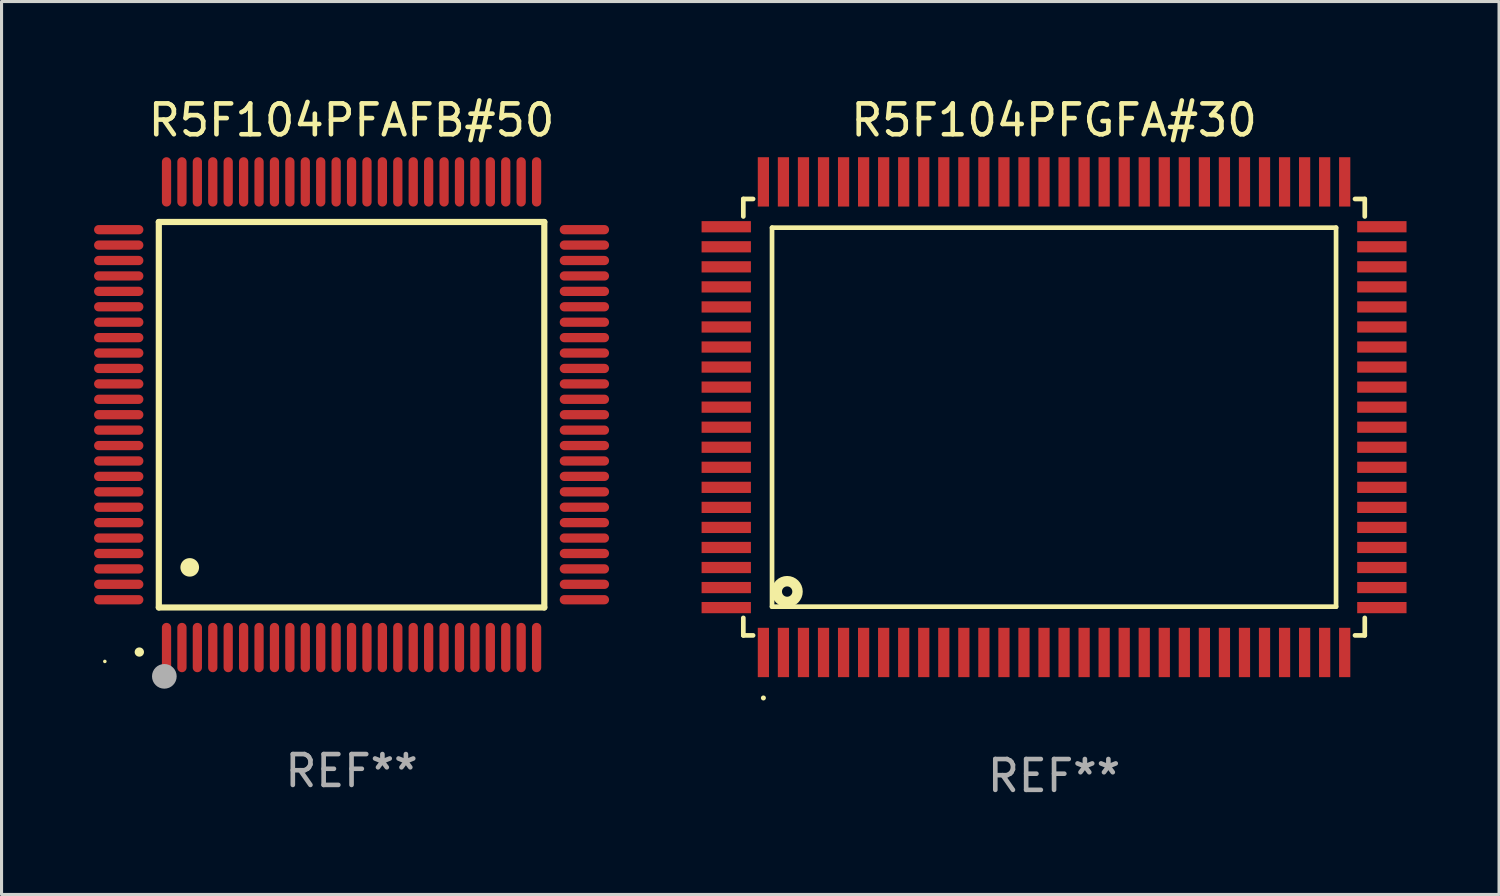
<source format=kicad_pcb>
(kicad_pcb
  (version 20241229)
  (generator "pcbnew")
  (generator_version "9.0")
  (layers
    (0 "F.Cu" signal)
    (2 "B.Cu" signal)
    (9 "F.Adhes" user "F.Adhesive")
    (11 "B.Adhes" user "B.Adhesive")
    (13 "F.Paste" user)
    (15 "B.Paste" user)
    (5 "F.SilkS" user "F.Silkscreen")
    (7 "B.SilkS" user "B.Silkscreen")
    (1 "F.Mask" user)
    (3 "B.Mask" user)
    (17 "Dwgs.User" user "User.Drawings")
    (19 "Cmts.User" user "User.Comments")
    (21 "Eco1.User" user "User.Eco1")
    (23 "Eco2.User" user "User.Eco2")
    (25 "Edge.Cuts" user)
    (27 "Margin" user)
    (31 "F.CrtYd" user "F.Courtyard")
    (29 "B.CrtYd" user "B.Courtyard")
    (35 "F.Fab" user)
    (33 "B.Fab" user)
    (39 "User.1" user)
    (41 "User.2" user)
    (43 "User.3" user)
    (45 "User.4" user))
  (footprint "R5F104PFGFA#30"
    (layer "F.Cu")
    (at 31.13 10.478)
    (property "Reference" "R5F104PFGFA#30" (at 0 -9.63 0) (layer "F.SilkS") (effects (font (size 1 1) (thickness 0.15))))
    (attr through_hole)
    (fp_line (start -10.076 -7.076) (end -10.076 -6.509) (stroke (width 0.152) (type solid)) (layer "F.SilkS"))
    (fp_line (start -10.076 7.076) (end -10.076 6.509) (stroke (width 0.152) (type solid)) (layer "F.SilkS"))
    (fp_line (start -9.759 -7.076) (end -10.076 -7.076) (stroke (width 0.152) (type solid)) (layer "F.SilkS"))
    (fp_line (start -9.759 7.076) (end -10.076 7.076) (stroke (width 0.152) (type solid)) (layer "F.SilkS"))
    (fp_line (start -9.145 -6.145) (end 9.145 -6.145) (stroke (width 0.152) (type solid)) (layer "F.SilkS"))
    (fp_line (start -9.145 6.145) (end -9.145 -6.145) (stroke (width 0.152) (type solid)) (layer "F.SilkS"))
    (fp_line (start 9.145 -6.145) (end 9.145 6.145) (stroke (width 0.152) (type solid)) (layer "F.SilkS"))
    (fp_line (start 9.145 6.145) (end -9.145 6.145) (stroke (width 0.152) (type solid)) (layer "F.SilkS"))
    (fp_line (start 9.759 -7.076) (end 10.076 -7.076) (stroke (width 0.152) (type solid)) (layer "F.SilkS"))
    (fp_line (start 9.759 7.076) (end 10.076 7.076) (stroke (width 0.152) (type solid)) (layer "F.SilkS"))
    (fp_line (start 10.076 -7.076) (end 10.076 -6.509) (stroke (width 0.152) (type solid)) (layer "F.SilkS"))
    (fp_line (start 10.076 7.076) (end 10.076 6.509) (stroke (width 0.152) (type solid)) (layer "F.SilkS"))
    (fp_circle (center -9.425 9.105) (end -9.384 9.105) (stroke (width 0.081) (type solid)) (fill no) (layer "F.SilkS"))
    (fp_circle (center -8.655 5.655) (end -8.487 5.655) (stroke (width 0.338) (type solid)) (fill no) (layer "F.SilkS"))
    (fp_text user "REF**" (at 0 11.63 0) (layer "F.Fab") (effects (font (size 1 1) (thickness 0.15))))
    (pad "1" smd rect (at -9.425 7.63) (size 0.364 1.6) (layers "F.Cu" "F.Mask" "F.Paste"))
    (pad "2" smd rect (at -8.775 7.63) (size 0.364 1.6) (layers "F.Cu" "F.Mask" "F.Paste"))
    (pad "3" smd rect (at -8.125 7.63) (size 0.364 1.6) (layers "F.Cu" "F.Mask" "F.Paste"))
    (pad "4" smd rect (at -7.475 7.63) (size 0.364 1.6) (layers "F.Cu" "F.Mask" "F.Paste"))
    (pad "5" smd rect (at -6.825 7.63) (size 0.364 1.6) (layers "F.Cu" "F.Mask" "F.Paste"))
    (pad "6" smd rect (at -6.175 7.63) (size 0.364 1.6) (layers "F.Cu" "F.Mask" "F.Paste"))
    (pad "7" smd rect (at -5.525 7.63) (size 0.364 1.6) (layers "F.Cu" "F.Mask" "F.Paste"))
    (pad "8" smd rect (at -4.875 7.63) (size 0.364 1.6) (layers "F.Cu" "F.Mask" "F.Paste"))
    (pad "9" smd rect (at -4.225 7.63) (size 0.364 1.6) (layers "F.Cu" "F.Mask" "F.Paste"))
    (pad "10" smd rect (at -3.575 7.63) (size 0.364 1.6) (layers "F.Cu" "F.Mask" "F.Paste"))
    (pad "11" smd rect (at -2.925 7.63) (size 0.364 1.6) (layers "F.Cu" "F.Mask" "F.Paste"))
    (pad "12" smd rect (at -2.275 7.63) (size 0.364 1.6) (layers "F.Cu" "F.Mask" "F.Paste"))
    (pad "13" smd rect (at -1.625 7.63) (size 0.364 1.6) (layers "F.Cu" "F.Mask" "F.Paste"))
    (pad "14" smd rect (at -0.975 7.63) (size 0.364 1.6) (layers "F.Cu" "F.Mask" "F.Paste"))
    (pad "15" smd rect (at -0.325 7.63) (size 0.364 1.6) (layers "F.Cu" "F.Mask" "F.Paste"))
    (pad "16" smd rect (at 0.325 7.63) (size 0.364 1.6) (layers "F.Cu" "F.Mask" "F.Paste"))
    (pad "17" smd rect (at 0.975 7.63) (size 0.364 1.6) (layers "F.Cu" "F.Mask" "F.Paste"))
    (pad "18" smd rect (at 1.625 7.63) (size 0.364 1.6) (layers "F.Cu" "F.Mask" "F.Paste"))
    (pad "19" smd rect (at 2.275 7.63) (size 0.364 1.6) (layers "F.Cu" "F.Mask" "F.Paste"))
    (pad "20" smd rect (at 2.925 7.63) (size 0.364 1.6) (layers "F.Cu" "F.Mask" "F.Paste"))
    (pad "21" smd rect (at 3.575 7.63) (size 0.364 1.6) (layers "F.Cu" "F.Mask" "F.Paste"))
    (pad "22" smd rect (at 4.225 7.63) (size 0.364 1.6) (layers "F.Cu" "F.Mask" "F.Paste"))
    (pad "23" smd rect (at 4.875 7.63) (size 0.364 1.6) (layers "F.Cu" "F.Mask" "F.Paste"))
    (pad "24" smd rect (at 5.525 7.63) (size 0.364 1.6) (layers "F.Cu" "F.Mask" "F.Paste"))
    (pad "25" smd rect (at 6.175 7.63) (size 0.364 1.6) (layers "F.Cu" "F.Mask" "F.Paste"))
    (pad "26" smd rect (at 6.825 7.63) (size 0.364 1.6) (layers "F.Cu" "F.Mask" "F.Paste"))
    (pad "27" smd rect (at 7.475 7.63) (size 0.364 1.6) (layers "F.Cu" "F.Mask" "F.Paste"))
    (pad "28" smd rect (at 8.125 7.63) (size 0.364 1.6) (layers "F.Cu" "F.Mask" "F.Paste"))
    (pad "29" smd rect (at 8.775 7.63) (size 0.364 1.6) (layers "F.Cu" "F.Mask" "F.Paste"))
    (pad "30" smd rect (at 9.425 7.63) (size 0.364 1.6) (layers "F.Cu" "F.Mask" "F.Paste"))
    (pad "31" smd rect (at 10.63 6.175) (size 1.6 0.364) (layers "F.Cu" "F.Mask" "F.Paste"))
    (pad "32" smd rect (at 10.63 5.525) (size 1.6 0.364) (layers "F.Cu" "F.Mask" "F.Paste"))
    (pad "33" smd rect (at 10.63 4.875) (size 1.6 0.364) (layers "F.Cu" "F.Mask" "F.Paste"))
    (pad "34" smd rect (at 10.63 4.225) (size 1.6 0.364) (layers "F.Cu" "F.Mask" "F.Paste"))
    (pad "35" smd rect (at 10.63 3.575) (size 1.6 0.364) (layers "F.Cu" "F.Mask" "F.Paste"))
    (pad "36" smd rect (at 10.63 2.925) (size 1.6 0.364) (layers "F.Cu" "F.Mask" "F.Paste"))
    (pad "37" smd rect (at 10.63 2.275) (size 1.6 0.364) (layers "F.Cu" "F.Mask" "F.Paste"))
    (pad "38" smd rect (at 10.63 1.625) (size 1.6 0.364) (layers "F.Cu" "F.Mask" "F.Paste"))
    (pad "39" smd rect (at 10.63 0.975) (size 1.6 0.364) (layers "F.Cu" "F.Mask" "F.Paste"))
    (pad "40" smd rect (at 10.63 0.325) (size 1.6 0.364) (layers "F.Cu" "F.Mask" "F.Paste"))
    (pad "41" smd rect (at 10.63 -0.325) (size 1.6 0.364) (layers "F.Cu" "F.Mask" "F.Paste"))
    (pad "42" smd rect (at 10.63 -0.975) (size 1.6 0.364) (layers "F.Cu" "F.Mask" "F.Paste"))
    (pad "43" smd rect (at 10.63 -1.625) (size 1.6 0.364) (layers "F.Cu" "F.Mask" "F.Paste"))
    (pad "44" smd rect (at 10.63 -2.275) (size 1.6 0.364) (layers "F.Cu" "F.Mask" "F.Paste"))
    (pad "45" smd rect (at 10.63 -2.925) (size 1.6 0.364) (layers "F.Cu" "F.Mask" "F.Paste"))
    (pad "46" smd rect (at 10.63 -3.575) (size 1.6 0.364) (layers "F.Cu" "F.Mask" "F.Paste"))
    (pad "47" smd rect (at 10.63 -4.225) (size 1.6 0.364) (layers "F.Cu" "F.Mask" "F.Paste"))
    (pad "48" smd rect (at 10.63 -4.875) (size 1.6 0.364) (layers "F.Cu" "F.Mask" "F.Paste"))
    (pad "49" smd rect (at 10.63 -5.525) (size 1.6 0.364) (layers "F.Cu" "F.Mask" "F.Paste"))
    (pad "50" smd rect (at 10.63 -6.175) (size 1.6 0.364) (layers "F.Cu" "F.Mask" "F.Paste"))
    (pad "51" smd rect (at 9.425 -7.63) (size 0.364 1.6) (layers "F.Cu" "F.Mask" "F.Paste"))
    (pad "52" smd rect (at 8.775 -7.63) (size 0.364 1.6) (layers "F.Cu" "F.Mask" "F.Paste"))
    (pad "53" smd rect (at 8.125 -7.63) (size 0.364 1.6) (layers "F.Cu" "F.Mask" "F.Paste"))
    (pad "54" smd rect (at 7.475 -7.63) (size 0.364 1.6) (layers "F.Cu" "F.Mask" "F.Paste"))
    (pad "55" smd rect (at 6.825 -7.63) (size 0.364 1.6) (layers "F.Cu" "F.Mask" "F.Paste"))
    (pad "56" smd rect (at 6.175 -7.63) (size 0.364 1.6) (layers "F.Cu" "F.Mask" "F.Paste"))
    (pad "57" smd rect (at 5.525 -7.63) (size 0.364 1.6) (layers "F.Cu" "F.Mask" "F.Paste"))
    (pad "58" smd rect (at 4.875 -7.63) (size 0.364 1.6) (layers "F.Cu" "F.Mask" "F.Paste"))
    (pad "59" smd rect (at 4.225 -7.63) (size 0.364 1.6) (layers "F.Cu" "F.Mask" "F.Paste"))
    (pad "60" smd rect (at 3.575 -7.63) (size 0.364 1.6) (layers "F.Cu" "F.Mask" "F.Paste"))
    (pad "61" smd rect (at 2.925 -7.63) (size 0.364 1.6) (layers "F.Cu" "F.Mask" "F.Paste"))
    (pad "62" smd rect (at 2.275 -7.63) (size 0.364 1.6) (layers "F.Cu" "F.Mask" "F.Paste"))
    (pad "63" smd rect (at 1.625 -7.63) (size 0.364 1.6) (layers "F.Cu" "F.Mask" "F.Paste"))
    (pad "64" smd rect (at 0.975 -7.63) (size 0.364 1.6) (layers "F.Cu" "F.Mask" "F.Paste"))
    (pad "65" smd rect (at 0.325 -7.63) (size 0.364 1.6) (layers "F.Cu" "F.Mask" "F.Paste"))
    (pad "66" smd rect (at -0.325 -7.63) (size 0.364 1.6) (layers "F.Cu" "F.Mask" "F.Paste"))
    (pad "67" smd rect (at -0.975 -7.63) (size 0.364 1.6) (layers "F.Cu" "F.Mask" "F.Paste"))
    (pad "68" smd rect (at -1.625 -7.63) (size 0.364 1.6) (layers "F.Cu" "F.Mask" "F.Paste"))
    (pad "69" smd rect (at -2.275 -7.63) (size 0.364 1.6) (layers "F.Cu" "F.Mask" "F.Paste"))
    (pad "70" smd rect (at -2.925 -7.63) (size 0.364 1.6) (layers "F.Cu" "F.Mask" "F.Paste"))
    (pad "71" smd rect (at -3.575 -7.63) (size 0.364 1.6) (layers "F.Cu" "F.Mask" "F.Paste"))
    (pad "72" smd rect (at -4.225 -7.63) (size 0.364 1.6) (layers "F.Cu" "F.Mask" "F.Paste"))
    (pad "73" smd rect (at -4.875 -7.63) (size 0.364 1.6) (layers "F.Cu" "F.Mask" "F.Paste"))
    (pad "74" smd rect (at -5.525 -7.63) (size 0.364 1.6) (layers "F.Cu" "F.Mask" "F.Paste"))
    (pad "75" smd rect (at -6.175 -7.63) (size 0.364 1.6) (layers "F.Cu" "F.Mask" "F.Paste"))
    (pad "76" smd rect (at -6.825 -7.63) (size 0.364 1.6) (layers "F.Cu" "F.Mask" "F.Paste"))
    (pad "77" smd rect (at -7.475 -7.63) (size 0.364 1.6) (layers "F.Cu" "F.Mask" "F.Paste"))
    (pad "78" smd rect (at -8.125 -7.63) (size 0.364 1.6) (layers "F.Cu" "F.Mask" "F.Paste"))
    (pad "79" smd rect (at -8.775 -7.63) (size 0.364 1.6) (layers "F.Cu" "F.Mask" "F.Paste"))
    (pad "80" smd rect (at -9.425 -7.63) (size 0.364 1.6) (layers "F.Cu" "F.Mask" "F.Paste"))
    (pad "81" smd rect (at -10.63 -6.175) (size 1.6 0.364) (layers "F.Cu" "F.Mask" "F.Paste"))
    (pad "82" smd rect (at -10.63 -5.525) (size 1.6 0.364) (layers "F.Cu" "F.Mask" "F.Paste"))
    (pad "83" smd rect (at -10.63 -4.875) (size 1.6 0.364) (layers "F.Cu" "F.Mask" "F.Paste"))
    (pad "84" smd rect (at -10.63 -4.225) (size 1.6 0.364) (layers "F.Cu" "F.Mask" "F.Paste"))
    (pad "85" smd rect (at -10.63 -3.575) (size 1.6 0.364) (layers "F.Cu" "F.Mask" "F.Paste"))
    (pad "86" smd rect (at -10.63 -2.925) (size 1.6 0.364) (layers "F.Cu" "F.Mask" "F.Paste"))
    (pad "87" smd rect (at -10.63 -2.275) (size 1.6 0.364) (layers "F.Cu" "F.Mask" "F.Paste"))
    (pad "88" smd rect (at -10.63 -1.625) (size 1.6 0.364) (layers "F.Cu" "F.Mask" "F.Paste"))
    (pad "89" smd rect (at -10.63 -0.975) (size 1.6 0.364) (layers "F.Cu" "F.Mask" "F.Paste"))
    (pad "90" smd rect (at -10.63 -0.325) (size 1.6 0.364) (layers "F.Cu" "F.Mask" "F.Paste"))
    (pad "91" smd rect (at -10.63 0.325) (size 1.6 0.364) (layers "F.Cu" "F.Mask" "F.Paste"))
    (pad "92" smd rect (at -10.63 0.975) (size 1.6 0.364) (layers "F.Cu" "F.Mask" "F.Paste"))
    (pad "93" smd rect (at -10.63 1.625) (size 1.6 0.364) (layers "F.Cu" "F.Mask" "F.Paste"))
    (pad "94" smd rect (at -10.63 2.275) (size 1.6 0.364) (layers "F.Cu" "F.Mask" "F.Paste"))
    (pad "95" smd rect (at -10.63 2.925) (size 1.6 0.364) (layers "F.Cu" "F.Mask" "F.Paste"))
    (pad "96" smd rect (at -10.63 3.575) (size 1.6 0.364) (layers "F.Cu" "F.Mask" "F.Paste"))
    (pad "97" smd rect (at -10.63 4.225) (size 1.6 0.364) (layers "F.Cu" "F.Mask" "F.Paste"))
    (pad "98" smd rect (at -10.63 4.875) (size 1.6 0.364) (layers "F.Cu" "F.Mask" "F.Paste"))
    (pad "99" smd rect (at -10.63 5.525) (size 1.6 0.364) (layers "F.Cu" "F.Mask" "F.Paste"))
    (pad "100" smd rect (at -10.63 6.175) (size 1.6 0.364) (layers "F.Cu" "F.Mask" "F.Paste")))
  (footprint "R5F104PFAFB#50"
    (layer "F.Cu")
    (at 8.35 10.398)
    (property "Reference" "R5F104PFAFB#50" (at 0 -9.55 0) (layer "F.SilkS") (effects (font (size 1 1) (thickness 0.15))))
    (attr through_hole)
    (fp_line (start -6.25 -6.25) (end -6.25 6.25) (stroke (width 0.2) (type solid)) (layer "F.SilkS"))
    (fp_line (start -6.25 6.25) (end 6.25 6.25) (stroke (width 0.2) (type solid)) (layer "F.SilkS"))
    (fp_line (start 6.25 -6.25) (end -6.25 -6.25) (stroke (width 0.2) (type solid)) (layer "F.SilkS"))
    (fp_line (start 6.25 6.25) (end 6.25 -6.25) (stroke (width 0.2) (type solid)) (layer "F.SilkS"))
    (fp_arc (start -6.883414 7.696215) (mid -6.882144 7.69621) (end -6.880874 7.696215) (stroke (width 0.3) (type solid)) (layer "F.SilkS"))
    (fp_arc (start -5.250191 4.95047) (mid -5.247651 4.950459) (end -5.245111 4.95047) (stroke (width 0.6) (type solid)) (layer "F.SilkS"))
    (fp_circle (center -8 8) (end -7.97 8) (stroke (width 0.06) (type solid)) (fill no) (layer "F.SilkS"))
    (fp_circle (center -6.071 8.484) (end -5.871 8.484) (stroke (width 0.4) (type solid)) (fill no) (layer "F.Fab"))
    (fp_text user "REF**" (at 0 11.55 0) (layer "F.Fab") (effects (font (size 1 1) (thickness 0.15))))
    (pad "1" smd oval (at -6 7.55) (size 0.3 1.6) (layers "F.Cu" "F.Mask" "F.Paste"))
    (pad "2" smd oval (at -5.5 7.55) (size 0.3 1.6) (layers "F.Cu" "F.Mask" "F.Paste"))
    (pad "3" smd oval (at -5 7.55) (size 0.3 1.6) (layers "F.Cu" "F.Mask" "F.Paste"))
    (pad "4" smd oval (at -4.5 7.55) (size 0.3 1.6) (layers "F.Cu" "F.Mask" "F.Paste"))
    (pad "5" smd oval (at -4 7.55) (size 0.3 1.6) (layers "F.Cu" "F.Mask" "F.Paste"))
    (pad "6" smd oval (at -3.5 7.55) (size 0.3 1.6) (layers "F.Cu" "F.Mask" "F.Paste"))
    (pad "7" smd oval (at -3 7.55) (size 0.3 1.6) (layers "F.Cu" "F.Mask" "F.Paste"))
    (pad "8" smd oval (at -2.5 7.55) (size 0.3 1.6) (layers "F.Cu" "F.Mask" "F.Paste"))
    (pad "9" smd oval (at -2 7.55) (size 0.3 1.6) (layers "F.Cu" "F.Mask" "F.Paste"))
    (pad "10" smd oval (at -1.5 7.55) (size 0.3 1.6) (layers "F.Cu" "F.Mask" "F.Paste"))
    (pad "11" smd oval (at -1 7.55) (size 0.3 1.6) (layers "F.Cu" "F.Mask" "F.Paste"))
    (pad "12" smd oval (at -0.5 7.55) (size 0.3 1.6) (layers "F.Cu" "F.Mask" "F.Paste"))
    (pad "13" smd oval (at 0 7.55) (size 0.3 1.6) (layers "F.Cu" "F.Mask" "F.Paste"))
    (pad "14" smd oval (at 0.5 7.55) (size 0.3 1.6) (layers "F.Cu" "F.Mask" "F.Paste"))
    (pad "15" smd oval (at 1 7.55) (size 0.3 1.6) (layers "F.Cu" "F.Mask" "F.Paste"))
    (pad "16" smd oval (at 1.5 7.55) (size 0.3 1.6) (layers "F.Cu" "F.Mask" "F.Paste"))
    (pad "17" smd oval (at 2 7.55) (size 0.3 1.6) (layers "F.Cu" "F.Mask" "F.Paste"))
    (pad "18" smd oval (at 2.5 7.55) (size 0.3 1.6) (layers "F.Cu" "F.Mask" "F.Paste"))
    (pad "19" smd oval (at 3 7.55) (size 0.3 1.6) (layers "F.Cu" "F.Mask" "F.Paste"))
    (pad "20" smd oval (at 3.5 7.55) (size 0.3 1.6) (layers "F.Cu" "F.Mask" "F.Paste"))
    (pad "21" smd oval (at 4 7.55) (size 0.3 1.6) (layers "F.Cu" "F.Mask" "F.Paste"))
    (pad "22" smd oval (at 4.5 7.55) (size 0.3 1.6) (layers "F.Cu" "F.Mask" "F.Paste"))
    (pad "23" smd oval (at 5 7.55) (size 0.3 1.6) (layers "F.Cu" "F.Mask" "F.Paste"))
    (pad "24" smd oval (at 5.5 7.55) (size 0.3 1.6) (layers "F.Cu" "F.Mask" "F.Paste"))
    (pad "25" smd oval (at 6 7.55) (size 0.3 1.6) (layers "F.Cu" "F.Mask" "F.Paste"))
    (pad "26" smd oval (at 7.55 6) (size 1.6 0.3) (layers "F.Cu" "F.Mask" "F.Paste"))
    (pad "27" smd oval (at 7.55 5.5) (size 1.6 0.3) (layers "F.Cu" "F.Mask" "F.Paste"))
    (pad "28" smd oval (at 7.55 5) (size 1.6 0.3) (layers "F.Cu" "F.Mask" "F.Paste"))
    (pad "29" smd oval (at 7.55 4.5) (size 1.6 0.3) (layers "F.Cu" "F.Mask" "F.Paste"))
    (pad "30" smd oval (at 7.55 4) (size 1.6 0.3) (layers "F.Cu" "F.Mask" "F.Paste"))
    (pad "31" smd oval (at 7.55 3.5) (size 1.6 0.3) (layers "F.Cu" "F.Mask" "F.Paste"))
    (pad "32" smd oval (at 7.55 3) (size 1.6 0.3) (layers "F.Cu" "F.Mask" "F.Paste"))
    (pad "33" smd oval (at 7.55 2.5) (size 1.6 0.3) (layers "F.Cu" "F.Mask" "F.Paste"))
    (pad "34" smd oval (at 7.55 2) (size 1.6 0.3) (layers "F.Cu" "F.Mask" "F.Paste"))
    (pad "35" smd oval (at 7.55 1.5) (size 1.6 0.3) (layers "F.Cu" "F.Mask" "F.Paste"))
    (pad "36" smd oval (at 7.55 1) (size 1.6 0.3) (layers "F.Cu" "F.Mask" "F.Paste"))
    (pad "37" smd oval (at 7.55 0.5) (size 1.6 0.3) (layers "F.Cu" "F.Mask" "F.Paste"))
    (pad "38" smd oval (at 7.55 0) (size 1.6 0.3) (layers "F.Cu" "F.Mask" "F.Paste"))
    (pad "39" smd oval (at 7.55 -0.5) (size 1.6 0.3) (layers "F.Cu" "F.Mask" "F.Paste"))
    (pad "40" smd oval (at 7.55 -1) (size 1.6 0.3) (layers "F.Cu" "F.Mask" "F.Paste"))
    (pad "41" smd oval (at 7.55 -1.5) (size 1.6 0.3) (layers "F.Cu" "F.Mask" "F.Paste"))
    (pad "42" smd oval (at 7.55 -2) (size 1.6 0.3) (layers "F.Cu" "F.Mask" "F.Paste"))
    (pad "43" smd oval (at 7.55 -2.5) (size 1.6 0.3) (layers "F.Cu" "F.Mask" "F.Paste"))
    (pad "44" smd oval (at 7.55 -3) (size 1.6 0.3) (layers "F.Cu" "F.Mask" "F.Paste"))
    (pad "45" smd oval (at 7.55 -3.5) (size 1.6 0.3) (layers "F.Cu" "F.Mask" "F.Paste"))
    (pad "46" smd oval (at 7.55 -4) (size 1.6 0.3) (layers "F.Cu" "F.Mask" "F.Paste"))
    (pad "47" smd oval (at 7.55 -4.5) (size 1.6 0.3) (layers "F.Cu" "F.Mask" "F.Paste"))
    (pad "48" smd oval (at 7.55 -5) (size 1.6 0.3) (layers "F.Cu" "F.Mask" "F.Paste"))
    (pad "49" smd oval (at 7.55 -5.5) (size 1.6 0.3) (layers "F.Cu" "F.Mask" "F.Paste"))
    (pad "50" smd oval (at 7.55 -6) (size 1.6 0.3) (layers "F.Cu" "F.Mask" "F.Paste"))
    (pad "51" smd oval (at 6 -7.55) (size 0.3 1.6) (layers "F.Cu" "F.Mask" "F.Paste"))
    (pad "52" smd oval (at 5.5 -7.55) (size 0.3 1.6) (layers "F.Cu" "F.Mask" "F.Paste"))
    (pad "53" smd oval (at 5 -7.55) (size 0.3 1.6) (layers "F.Cu" "F.Mask" "F.Paste"))
    (pad "54" smd oval (at 4.5 -7.55) (size 0.3 1.6) (layers "F.Cu" "F.Mask" "F.Paste"))
    (pad "55" smd oval (at 4 -7.55) (size 0.3 1.6) (layers "F.Cu" "F.Mask" "F.Paste"))
    (pad "56" smd oval (at 3.5 -7.55) (size 0.3 1.6) (layers "F.Cu" "F.Mask" "F.Paste"))
    (pad "57" smd oval (at 3 -7.55) (size 0.3 1.6) (layers "F.Cu" "F.Mask" "F.Paste"))
    (pad "58" smd oval (at 2.5 -7.55) (size 0.3 1.6) (layers "F.Cu" "F.Mask" "F.Paste"))
    (pad "59" smd oval (at 2 -7.55) (size 0.3 1.6) (layers "F.Cu" "F.Mask" "F.Paste"))
    (pad "60" smd oval (at 1.5 -7.55) (size 0.3 1.6) (layers "F.Cu" "F.Mask" "F.Paste"))
    (pad "61" smd oval (at 1 -7.55) (size 0.3 1.6) (layers "F.Cu" "F.Mask" "F.Paste"))
    (pad "62" smd oval (at 0.5 -7.55) (size 0.3 1.6) (layers "F.Cu" "F.Mask" "F.Paste"))
    (pad "63" smd oval (at 0 -7.55) (size 0.3 1.6) (layers "F.Cu" "F.Mask" "F.Paste"))
    (pad "64" smd oval (at -0.5 -7.55) (size 0.3 1.6) (layers "F.Cu" "F.Mask" "F.Paste"))
    (pad "65" smd oval (at -1 -7.55) (size 0.3 1.6) (layers "F.Cu" "F.Mask" "F.Paste"))
    (pad "66" smd oval (at -1.5 -7.55) (size 0.3 1.6) (layers "F.Cu" "F.Mask" "F.Paste"))
    (pad "67" smd oval (at -2 -7.55) (size 0.3 1.6) (layers "F.Cu" "F.Mask" "F.Paste"))
    (pad "68" smd oval (at -2.5 -7.55) (size 0.3 1.6) (layers "F.Cu" "F.Mask" "F.Paste"))
    (pad "69" smd oval (at -3 -7.55) (size 0.3 1.6) (layers "F.Cu" "F.Mask" "F.Paste"))
    (pad "70" smd oval (at -3.5 -7.55) (size 0.3 1.6) (layers "F.Cu" "F.Mask" "F.Paste"))
    (pad "71" smd oval (at -4 -7.55) (size 0.3 1.6) (layers "F.Cu" "F.Mask" "F.Paste"))
    (pad "72" smd oval (at -4.5 -7.55) (size 0.3 1.6) (layers "F.Cu" "F.Mask" "F.Paste"))
    (pad "73" smd oval (at -5 -7.55) (size 0.3 1.6) (layers "F.Cu" "F.Mask" "F.Paste"))
    (pad "74" smd oval (at -5.5 -7.55) (size 0.3 1.6) (layers "F.Cu" "F.Mask" "F.Paste"))
    (pad "75" smd oval (at -6 -7.55) (size 0.3 1.6) (layers "F.Cu" "F.Mask" "F.Paste"))
    (pad "76" smd oval (at -7.55 -6) (size 1.6 0.3) (layers "F.Cu" "F.Mask" "F.Paste"))
    (pad "77" smd oval (at -7.55 -5.5) (size 1.6 0.3) (layers "F.Cu" "F.Mask" "F.Paste"))
    (pad "78" smd oval (at -7.55 -5) (size 1.6 0.3) (layers "F.Cu" "F.Mask" "F.Paste"))
    (pad "79" smd oval (at -7.55 -4.5) (size 1.6 0.3) (layers "F.Cu" "F.Mask" "F.Paste"))
    (pad "80" smd oval (at -7.55 -4) (size 1.6 0.3) (layers "F.Cu" "F.Mask" "F.Paste"))
    (pad "81" smd oval (at -7.55 -3.5) (size 1.6 0.3) (layers "F.Cu" "F.Mask" "F.Paste"))
    (pad "82" smd oval (at -7.55 -3) (size 1.6 0.3) (layers "F.Cu" "F.Mask" "F.Paste"))
    (pad "83" smd oval (at -7.55 -2.5) (size 1.6 0.3) (layers "F.Cu" "F.Mask" "F.Paste"))
    (pad "84" smd oval (at -7.55 -2) (size 1.6 0.3) (layers "F.Cu" "F.Mask" "F.Paste"))
    (pad "85" smd oval (at -7.55 -1.5) (size 1.6 0.3) (layers "F.Cu" "F.Mask" "F.Paste"))
    (pad "86" smd oval (at -7.55 -1) (size 1.6 0.3) (layers "F.Cu" "F.Mask" "F.Paste"))
    (pad "87" smd oval (at -7.55 -0.5) (size 1.6 0.3) (layers "F.Cu" "F.Mask" "F.Paste"))
    (pad "88" smd oval (at -7.55 0) (size 1.6 0.3) (layers "F.Cu" "F.Mask" "F.Paste"))
    (pad "89" smd oval (at -7.55 0.5) (size 1.6 0.3) (layers "F.Cu" "F.Mask" "F.Paste"))
    (pad "90" smd oval (at -7.55 1) (size 1.6 0.3) (layers "F.Cu" "F.Mask" "F.Paste"))
    (pad "91" smd oval (at -7.55 1.5) (size 1.6 0.3) (layers "F.Cu" "F.Mask" "F.Paste"))
    (pad "92" smd oval (at -7.55 2) (size 1.6 0.3) (layers "F.Cu" "F.Mask" "F.Paste"))
    (pad "93" smd oval (at -7.55 2.5) (size 1.6 0.3) (layers "F.Cu" "F.Mask" "F.Paste"))
    (pad "94" smd oval (at -7.55 3) (size 1.6 0.3) (layers "F.Cu" "F.Mask" "F.Paste"))
    (pad "95" smd oval (at -7.55 3.5) (size 1.6 0.3) (layers "F.Cu" "F.Mask" "F.Paste"))
    (pad "96" smd oval (at -7.55 4) (size 1.6 0.3) (layers "F.Cu" "F.Mask" "F.Paste"))
    (pad "97" smd oval (at -7.55 4.5) (size 1.6 0.3) (layers "F.Cu" "F.Mask" "F.Paste"))
    (pad "98" smd oval (at -7.55 5) (size 1.6 0.3) (layers "F.Cu" "F.Mask" "F.Paste"))
    (pad "99" smd oval (at -7.55 5.5) (size 1.6 0.3) (layers "F.Cu" "F.Mask" "F.Paste"))
    (pad "100" smd oval (at -7.55 6) (size 1.6 0.3) (layers "F.Cu" "F.Mask" "F.Paste")))
  (gr_rect
    (start -3 -3)
    (end 45.56 25.956)
    (stroke (width 0.1) (type default))
    (fill no)
    (layer "Edge.Cuts")))
</source>
